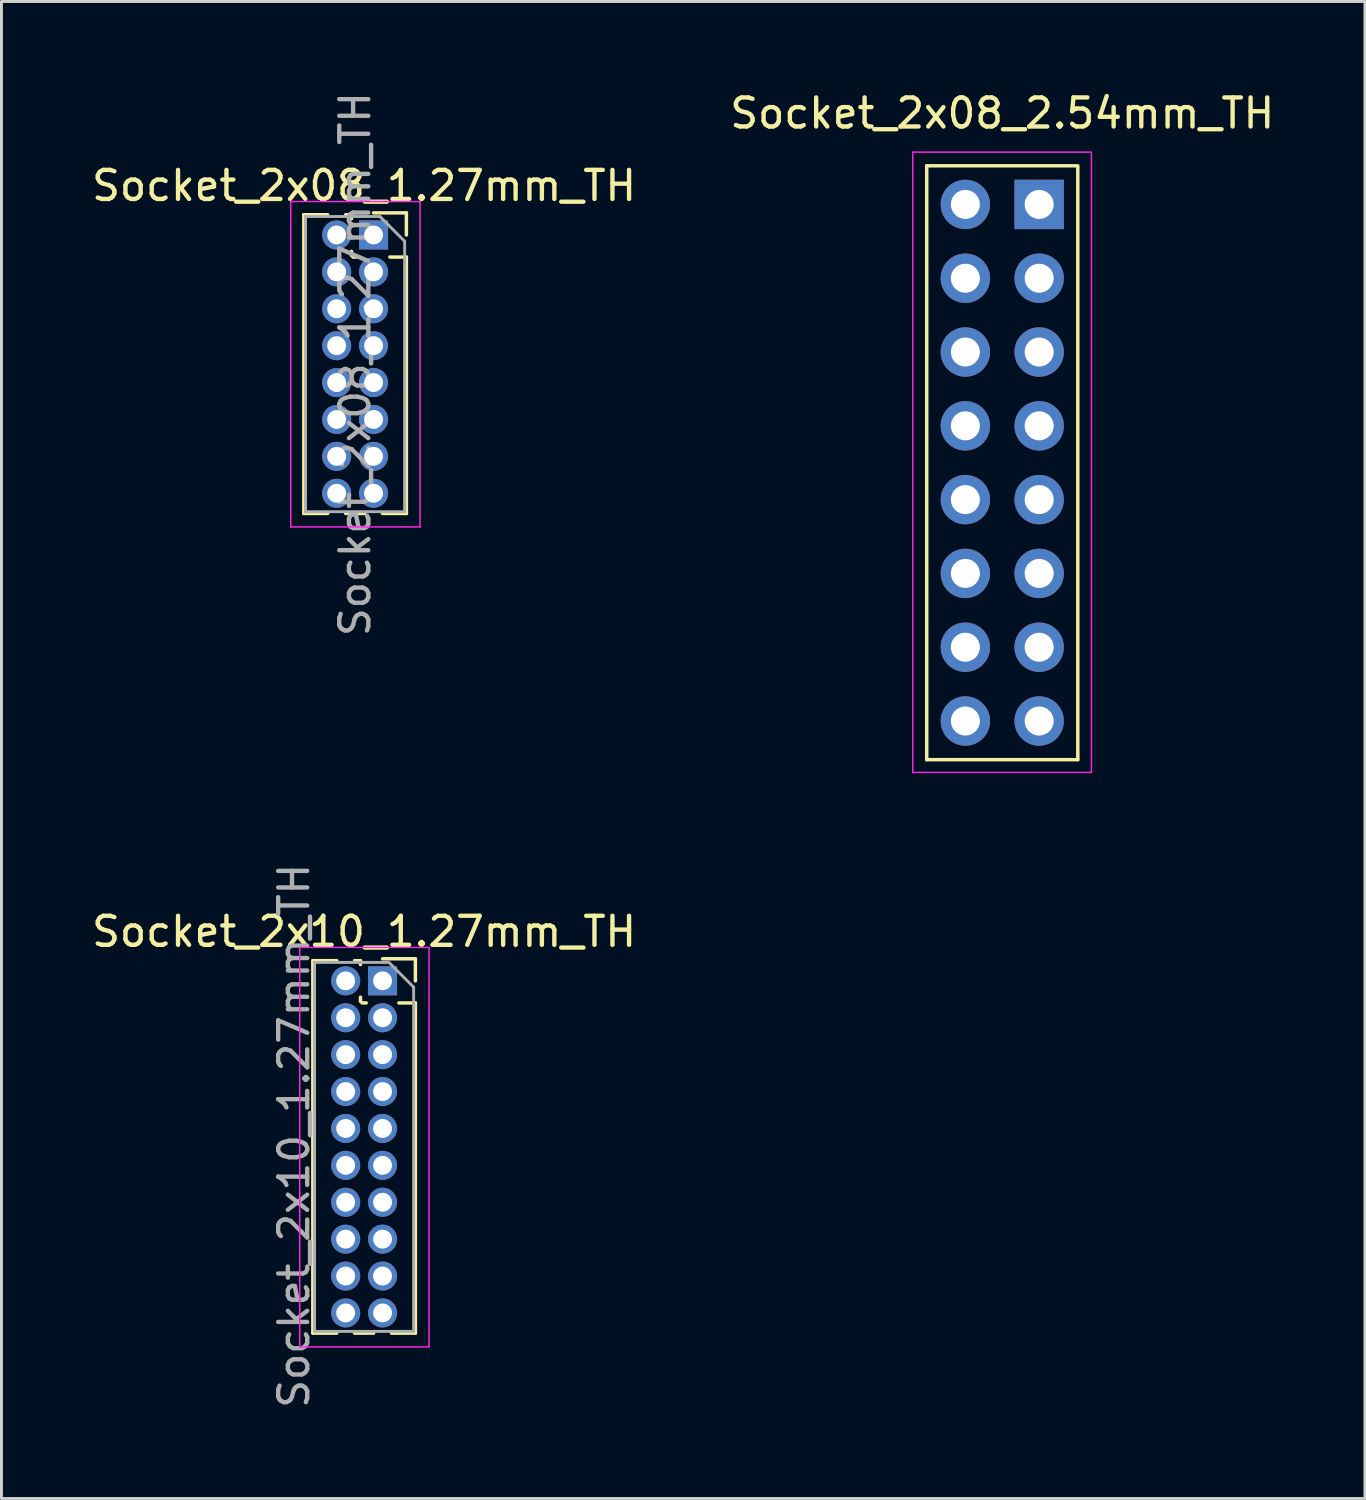
<source format=kicad_pcb>
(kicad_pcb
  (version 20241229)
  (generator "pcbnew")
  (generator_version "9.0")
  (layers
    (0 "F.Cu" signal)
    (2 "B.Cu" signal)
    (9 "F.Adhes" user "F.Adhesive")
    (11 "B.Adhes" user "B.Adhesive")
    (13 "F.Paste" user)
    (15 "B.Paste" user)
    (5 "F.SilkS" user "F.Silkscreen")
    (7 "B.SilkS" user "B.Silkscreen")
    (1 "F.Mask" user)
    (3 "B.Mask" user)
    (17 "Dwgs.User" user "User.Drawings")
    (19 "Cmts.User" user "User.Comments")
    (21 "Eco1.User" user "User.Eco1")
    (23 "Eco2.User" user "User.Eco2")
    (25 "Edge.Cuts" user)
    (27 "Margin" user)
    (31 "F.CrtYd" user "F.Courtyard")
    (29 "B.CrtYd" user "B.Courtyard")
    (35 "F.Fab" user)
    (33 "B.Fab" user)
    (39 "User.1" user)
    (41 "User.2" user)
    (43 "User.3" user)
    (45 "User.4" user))
  (footprint "Socket_2x08_1.27mm_TH"
    (layer "F.Cu")
    (at 9.172 9.482)
    (property "Reference" "Socket_2x08_1.27mm_TH" (at 0.31 -6.14 0) (layer "F.SilkS") (effects (font (size 1 1) (thickness 0.15))))
    (attr through_hole)
    (fp_line (start -1.765 -5.14) (end -1.765 5.14) (stroke (width 0.12) (type solid)) (layer "F.SilkS"))
    (fp_line (start -0.943 -5.14) (end -1.765 -5.14) (stroke (width 0.12) (type solid)) (layer "F.SilkS"))
    (fp_line (start -0.943 5.14) (end -1.765 5.14) (stroke (width 0.12) (type solid)) (layer "F.SilkS"))
    (fp_line (start -0.125 -5.14) (end -0.327 -5.14) (stroke (width 0.12) (type solid)) (layer "F.SilkS"))
    (fp_line (start -0.125 -5.008) (end -0.125 -5.14) (stroke (width 0.12) (type solid)) (layer "F.SilkS"))
    (fp_line (start -0.125 -3.738) (end -0.125 -3.882) (stroke (width 0.12) (type solid)) (layer "F.SilkS"))
    (fp_line (start 0.072 -3.685) (end -0.072 -3.685) (stroke (width 0.12) (type solid)) (layer "F.SilkS"))
    (fp_line (start 0.327 5.14) (end -0.327 5.14) (stroke (width 0.12) (type solid)) (layer "F.SilkS"))
    (fp_line (start 1.765 -5.205) (end 0.635 -5.205) (stroke (width 0.12) (type solid)) (layer "F.SilkS"))
    (fp_line (start 1.765 -4.445) (end 1.765 -5.205) (stroke (width 0.12) (type solid)) (layer "F.SilkS"))
    (fp_line (start 1.765 -3.685) (end 1.198 -3.685) (stroke (width 0.12) (type solid)) (layer "F.SilkS"))
    (fp_line (start 1.765 -3.685) (end 1.765 5.14) (stroke (width 0.12) (type solid)) (layer "F.SilkS"))
    (fp_line (start 1.765 5.14) (end 0.943 5.14) (stroke (width 0.12) (type solid)) (layer "F.SilkS"))
    (fp_line (start -2.215 -5.595) (end 2.235 -5.595) (stroke (width 0.05) (type solid)) (layer "F.CrtYd"))
    (fp_line (start -2.215 5.605) (end -2.215 -5.595) (stroke (width 0.05) (type solid)) (layer "F.CrtYd"))
    (fp_line (start 2.235 -5.595) (end 2.235 5.605) (stroke (width 0.05) (type solid)) (layer "F.CrtYd"))
    (fp_line (start 2.235 5.605) (end -2.215 5.605) (stroke (width 0.05) (type solid)) (layer "F.CrtYd"))
    (fp_line (start -1.705 -5.08) (end -1.705 5.08) (stroke (width 0.1) (type solid)) (layer "F.Fab"))
    (fp_line (start -1.705 5.08) (end 1.705 5.08) (stroke (width 0.1) (type solid)) (layer "F.Fab"))
    (fp_line (start 0.853 -5.08) (end -1.705 -5.08) (stroke (width 0.1) (type solid)) (layer "F.Fab"))
    (fp_line (start 1.705 -4.228) (end 0.853 -5.08) (stroke (width 0.1) (type solid)) (layer "F.Fab"))
    (fp_line (start 1.705 5.08) (end 1.705 -4.228) (stroke (width 0.1) (type solid)) (layer "F.Fab"))
    (fp_text user "${REFERENCE}" (at 0 0 90) (layer "F.Fab") (effects (font (size 1 1) (thickness 0.15))))
    (pad "1" thru_hole rect (at 0.635 -4.445) (size 1 1) (drill 0.65) (layers "*.Cu" "*.Mask"))
    (pad "2" thru_hole oval (at -0.635 -4.445) (size 1 1) (drill 0.65) (layers "*.Cu" "*.Mask"))
    (pad "3" thru_hole oval (at 0.635 -3.175) (size 1 1) (drill 0.65) (layers "*.Cu" "*.Mask"))
    (pad "4" thru_hole oval (at -0.635 -3.175) (size 1 1) (drill 0.65) (layers "*.Cu" "*.Mask"))
    (pad "5" thru_hole oval (at 0.635 -1.905) (size 1 1) (drill 0.65) (layers "*.Cu" "*.Mask"))
    (pad "6" thru_hole oval (at -0.635 -1.905) (size 1 1) (drill 0.65) (layers "*.Cu" "*.Mask"))
    (pad "7" thru_hole oval (at 0.635 -0.635) (size 1 1) (drill 0.65) (layers "*.Cu" "*.Mask"))
    (pad "8" thru_hole oval (at -0.635 -0.635) (size 1 1) (drill 0.65) (layers "*.Cu" "*.Mask"))
    (pad "9" thru_hole oval (at 0.635 0.635) (size 1 1) (drill 0.65) (layers "*.Cu" "*.Mask"))
    (pad "10" thru_hole oval (at -0.635 0.635) (size 1 1) (drill 0.65) (layers "*.Cu" "*.Mask"))
    (pad "11" thru_hole oval (at 0.635 1.905) (size 1 1) (drill 0.65) (layers "*.Cu" "*.Mask"))
    (pad "12" thru_hole oval (at -0.635 1.905) (size 1 1) (drill 0.65) (layers "*.Cu" "*.Mask"))
    (pad "13" thru_hole oval (at 0.635 3.175) (size 1 1) (drill 0.65) (layers "*.Cu" "*.Mask"))
    (pad "14" thru_hole oval (at -0.635 3.175) (size 1 1) (drill 0.65) (layers "*.Cu" "*.Mask"))
    (pad "15" thru_hole oval (at 0.635 4.445) (size 1 1) (drill 0.65) (layers "*.Cu" "*.Mask"))
    (pad "16" thru_hole oval (at -0.635 4.445) (size 1 1) (drill 0.65) (layers "*.Cu" "*.Mask")))
  (footprint "Socket_2x08_2.54mm_TH"
    (layer "F.Cu")
    (at 31.416 12.876)
    (property "Reference" "Socket_2x08_2.54mm_TH" (at 0.03 -12.028 0) (layer "F.SilkS") (effects (font (size 1 1) (thickness 0.15))))
    (attr through_hole)
    (fp_line (start -2.57 -10.22) (end 2.57 -10.22) (stroke (width 0.12) (type solid)) (layer "F.SilkS"))
    (fp_line (start -2.57 10.22) (end -2.57 -10.22) (stroke (width 0.12) (type solid)) (layer "F.SilkS"))
    (fp_line (start 2.63 -10.22) (end 2.63 10.22) (stroke (width 0.12) (type solid)) (layer "F.SilkS"))
    (fp_line (start 2.63 10.22) (end -2.57 10.22) (stroke (width 0.12) (type solid)) (layer "F.SilkS"))
    (fp_line (start -3.05 -10.69) (end -3.05 10.66) (stroke (width 0.05) (type solid)) (layer "F.CrtYd"))
    (fp_line (start -3.05 10.66) (end 3.1 10.66) (stroke (width 0.05) (type solid)) (layer "F.CrtYd"))
    (fp_line (start 3.1 -10.69) (end -3.05 -10.69) (stroke (width 0.05) (type solid)) (layer "F.CrtYd"))
    (fp_line (start 3.1 10.66) (end 3.1 -10.69) (stroke (width 0.05) (type solid)) (layer "F.CrtYd"))
    (pad "1" thru_hole rect (at 1.3 -8.89) (size 1.7 1.7) (drill 1) (layers "*.Cu" "*.Mask"))
    (pad "2" thru_hole oval (at -1.24 -8.89) (size 1.7 1.7) (drill 1) (layers "*.Cu" "*.Mask"))
    (pad "3" thru_hole oval (at 1.3 -6.35) (size 1.7 1.7) (drill 1) (layers "*.Cu" "*.Mask"))
    (pad "4" thru_hole oval (at -1.24 -6.35) (size 1.7 1.7) (drill 1) (layers "*.Cu" "*.Mask"))
    (pad "5" thru_hole oval (at 1.3 -3.81) (size 1.7 1.7) (drill 1) (layers "*.Cu" "*.Mask"))
    (pad "6" thru_hole oval (at -1.24 -3.81) (size 1.7 1.7) (drill 1) (layers "*.Cu" "*.Mask"))
    (pad "7" thru_hole oval (at 1.3 -1.27) (size 1.7 1.7) (drill 1) (layers "*.Cu" "*.Mask"))
    (pad "8" thru_hole oval (at -1.24 -1.27) (size 1.7 1.7) (drill 1) (layers "*.Cu" "*.Mask"))
    (pad "9" thru_hole oval (at 1.3 1.27) (size 1.7 1.7) (drill 1) (layers "*.Cu" "*.Mask"))
    (pad "10" thru_hole oval (at -1.24 1.27) (size 1.7 1.7) (drill 1) (layers "*.Cu" "*.Mask"))
    (pad "11" thru_hole oval (at 1.3 3.81) (size 1.7 1.7) (drill 1) (layers "*.Cu" "*.Mask"))
    (pad "12" thru_hole oval (at -1.24 3.81) (size 1.7 1.7) (drill 1) (layers "*.Cu" "*.Mask"))
    (pad "13" thru_hole oval (at 1.3 6.35) (size 1.7 1.7) (drill 1) (layers "*.Cu" "*.Mask"))
    (pad "14" thru_hole oval (at -1.24 6.35) (size 1.7 1.7) (drill 1) (layers "*.Cu" "*.Mask"))
    (pad "15" thru_hole oval (at 1.3 8.89) (size 1.7 1.7) (drill 1) (layers "*.Cu" "*.Mask"))
    (pad "16" thru_hole oval (at -1.24 8.89) (size 1.7 1.7) (drill 1) (layers "*.Cu" "*.Mask")))
  (footprint "Socket_2x10_1.27mm_TH"
    (layer "F.Cu")
    (at 9.482 36.424)
    (property "Reference" "Socket_2x10_1.27mm_TH" (at 0 -7.41 0) (layer "F.SilkS") (effects (font (size 1 1) (thickness 0.15))))
    (attr through_hole)
    (fp_line (start -1.765 -6.41) (end -1.765 6.41) (stroke (width 0.12) (type solid)) (layer "F.SilkS"))
    (fp_line (start -0.943 -6.41) (end -1.765 -6.41) (stroke (width 0.12) (type solid)) (layer "F.SilkS"))
    (fp_line (start -0.943 6.41) (end -1.765 6.41) (stroke (width 0.12) (type solid)) (layer "F.SilkS"))
    (fp_line (start -0.125 -6.41) (end -0.327 -6.41) (stroke (width 0.12) (type solid)) (layer "F.SilkS"))
    (fp_line (start -0.125 -6.278) (end -0.125 -6.41) (stroke (width 0.12) (type solid)) (layer "F.SilkS"))
    (fp_line (start -0.125 -5.008) (end -0.125 -5.152) (stroke (width 0.12) (type solid)) (layer "F.SilkS"))
    (fp_line (start 0.072 -4.955) (end -0.072 -4.955) (stroke (width 0.12) (type solid)) (layer "F.SilkS"))
    (fp_line (start 0.327 6.41) (end -0.327 6.41) (stroke (width 0.12) (type solid)) (layer "F.SilkS"))
    (fp_line (start 1.765 -6.475) (end 0.635 -6.475) (stroke (width 0.12) (type solid)) (layer "F.SilkS"))
    (fp_line (start 1.765 -5.715) (end 1.765 -6.475) (stroke (width 0.12) (type solid)) (layer "F.SilkS"))
    (fp_line (start 1.765 -4.955) (end 1.198 -4.955) (stroke (width 0.12) (type solid)) (layer "F.SilkS"))
    (fp_line (start 1.765 -4.955) (end 1.765 6.41) (stroke (width 0.12) (type solid)) (layer "F.SilkS"))
    (fp_line (start 1.765 6.41) (end 0.943 6.41) (stroke (width 0.12) (type solid)) (layer "F.SilkS"))
    (fp_line (start -2.215 -6.865) (end 2.235 -6.865) (stroke (width 0.05) (type solid)) (layer "F.CrtYd"))
    (fp_line (start -2.215 6.885) (end -2.215 -6.865) (stroke (width 0.05) (type solid)) (layer "F.CrtYd"))
    (fp_line (start 2.235 -6.865) (end 2.235 6.885) (stroke (width 0.05) (type solid)) (layer "F.CrtYd"))
    (fp_line (start 2.235 6.885) (end -2.215 6.885) (stroke (width 0.05) (type solid)) (layer "F.CrtYd"))
    (fp_line (start -1.705 -6.35) (end -1.705 6.35) (stroke (width 0.1) (type solid)) (layer "F.Fab"))
    (fp_line (start -1.705 6.35) (end 1.705 6.35) (stroke (width 0.1) (type solid)) (layer "F.Fab"))
    (fp_line (start 0.853 -6.35) (end -1.705 -6.35) (stroke (width 0.1) (type solid)) (layer "F.Fab"))
    (fp_line (start 1.705 -5.497) (end 0.853 -6.35) (stroke (width 0.1) (type solid)) (layer "F.Fab"))
    (fp_line (start 1.705 6.35) (end 1.705 -5.497) (stroke (width 0.1) (type solid)) (layer "F.Fab"))
    (fp_text user "${REFERENCE}" (at -2.413 -0.381 90) (layer "F.Fab") (effects (font (size 1 1) (thickness 0.15))))
    (pad "1" thru_hole rect (at 0.635 -5.715) (size 1 1) (drill 0.65) (layers "*.Cu" "*.Mask"))
    (pad "2" thru_hole oval (at -0.635 -5.715) (size 1 1) (drill 0.65) (layers "*.Cu" "*.Mask"))
    (pad "3" thru_hole oval (at 0.635 -4.445) (size 1 1) (drill 0.65) (layers "*.Cu" "*.Mask"))
    (pad "4" thru_hole oval (at -0.635 -4.445) (size 1 1) (drill 0.65) (layers "*.Cu" "*.Mask"))
    (pad "5" thru_hole oval (at 0.635 -3.175) (size 1 1) (drill 0.65) (layers "*.Cu" "*.Mask"))
    (pad "6" thru_hole oval (at -0.635 -3.175) (size 1 1) (drill 0.65) (layers "*.Cu" "*.Mask"))
    (pad "7" thru_hole oval (at 0.635 -1.905) (size 1 1) (drill 0.65) (layers "*.Cu" "*.Mask"))
    (pad "8" thru_hole oval (at -0.635 -1.905) (size 1 1) (drill 0.65) (layers "*.Cu" "*.Mask"))
    (pad "9" thru_hole oval (at 0.635 -0.635) (size 1 1) (drill 0.65) (layers "*.Cu" "*.Mask"))
    (pad "10" thru_hole oval (at -0.635 -0.635) (size 1 1) (drill 0.65) (layers "*.Cu" "*.Mask"))
    (pad "11" thru_hole oval (at 0.635 0.635) (size 1 1) (drill 0.65) (layers "*.Cu" "*.Mask"))
    (pad "12" thru_hole oval (at -0.635 0.635) (size 1 1) (drill 0.65) (layers "*.Cu" "*.Mask"))
    (pad "13" thru_hole oval (at 0.635 1.905) (size 1 1) (drill 0.65) (layers "*.Cu" "*.Mask"))
    (pad "14" thru_hole oval (at -0.635 1.905) (size 1 1) (drill 0.65) (layers "*.Cu" "*.Mask"))
    (pad "15" thru_hole oval (at 0.635 3.175) (size 1 1) (drill 0.65) (layers "*.Cu" "*.Mask"))
    (pad "16" thru_hole oval (at -0.635 3.175) (size 1 1) (drill 0.65) (layers "*.Cu" "*.Mask"))
    (pad "17" thru_hole oval (at 0.635 4.445) (size 1 1) (drill 0.65) (layers "*.Cu" "*.Mask"))
    (pad "18" thru_hole oval (at -0.635 4.445) (size 1 1) (drill 0.65) (layers "*.Cu" "*.Mask"))
    (pad "19" thru_hole oval (at 0.635 5.715) (size 1 1) (drill 0.65) (layers "*.Cu" "*.Mask"))
    (pad "20" thru_hole oval (at -0.635 5.715) (size 1 1) (drill 0.65) (layers "*.Cu" "*.Mask")))
  (gr_rect
    (start -3 -3)
    (end 43.929 48.526)
    (stroke (width 0.1) (type default))
    (fill no)
    (layer "Edge.Cuts")))
</source>
